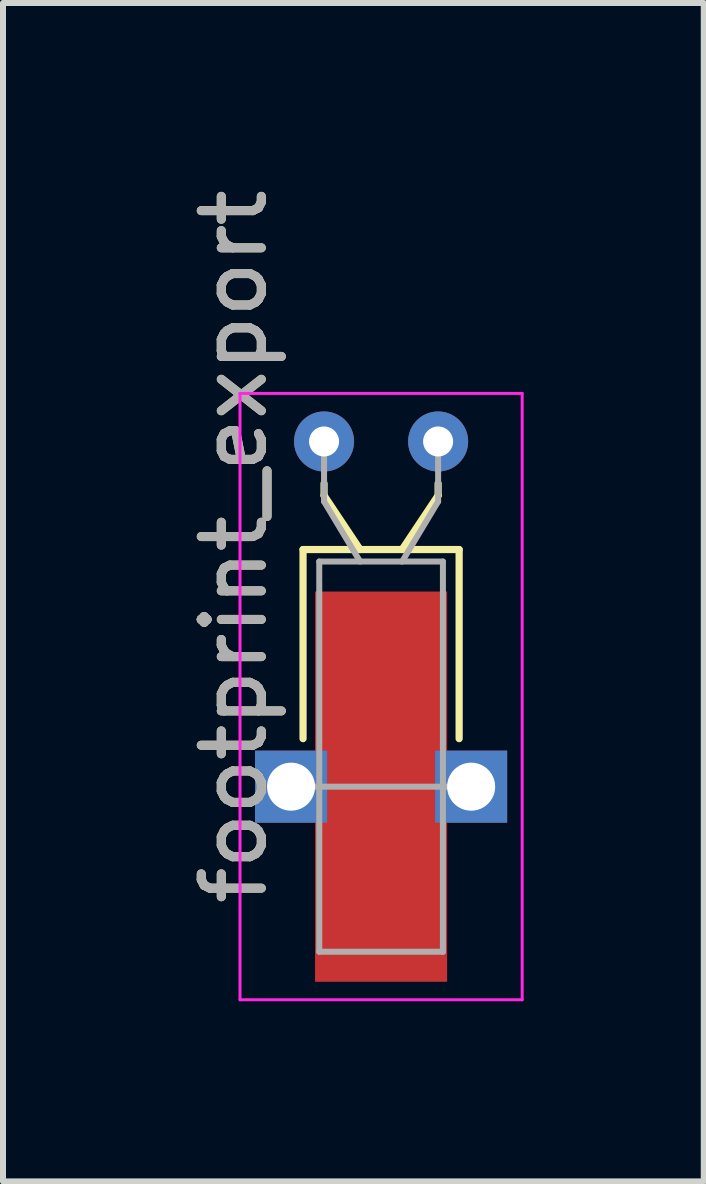
<source format=kicad_pcb>
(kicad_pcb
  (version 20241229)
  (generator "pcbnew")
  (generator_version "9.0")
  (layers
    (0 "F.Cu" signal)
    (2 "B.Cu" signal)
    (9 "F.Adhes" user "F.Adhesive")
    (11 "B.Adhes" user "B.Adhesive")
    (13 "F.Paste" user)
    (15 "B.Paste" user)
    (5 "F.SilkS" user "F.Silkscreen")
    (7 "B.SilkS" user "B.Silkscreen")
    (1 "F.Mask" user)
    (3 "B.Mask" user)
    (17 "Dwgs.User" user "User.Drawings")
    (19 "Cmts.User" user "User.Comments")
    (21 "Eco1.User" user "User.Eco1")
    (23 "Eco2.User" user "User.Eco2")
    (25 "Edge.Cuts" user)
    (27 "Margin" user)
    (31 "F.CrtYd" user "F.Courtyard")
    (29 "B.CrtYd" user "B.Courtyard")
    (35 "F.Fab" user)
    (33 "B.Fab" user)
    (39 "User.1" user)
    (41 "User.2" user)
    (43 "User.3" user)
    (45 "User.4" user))
  (footprint "footprint_export"
    (layer "F.Cu")
    (at 2.348 4.304)
    (property "Reference" "footprint_export" (at -1.5 1.75 90) (layer "F.SilkS") (effects (font (size 1 1) (thickness 0.15))))
    (attr through_hole)
    (fp_line (start -0.35 1.8) (end 2.25 1.8) (stroke (width 0.12) (type solid)) (layer "F.SilkS"))
    (fp_line (start -0.35 4.95) (end -0.35 1.8) (stroke (width 0.12) (type solid)) (layer "F.SilkS"))
    (fp_line (start 0 0.9) (end 0 0.7) (stroke (width 0.12) (type solid)) (layer "F.SilkS"))
    (fp_line (start 0.6 1.8) (end 0 0.9) (stroke (width 0.12) (type solid)) (layer "F.SilkS"))
    (fp_line (start 1.3 1.8) (end 1.9 0.9) (stroke (width 0.12) (type solid)) (layer "F.SilkS"))
    (fp_line (start 1.9 0.9) (end 1.9 0.7) (stroke (width 0.12) (type solid)) (layer "F.SilkS"))
    (fp_line (start 2.25 1.8) (end 2.25 4.95) (stroke (width 0.12) (type solid)) (layer "F.SilkS"))
    (fp_line (start -1.4 -0.8) (end -1.4 9.3) (stroke (width 0.05) (type solid)) (layer "F.CrtYd"))
    (fp_line (start -1.4 9.3) (end 3.3 9.3) (stroke (width 0.05) (type solid)) (layer "F.CrtYd"))
    (fp_line (start 3.3 -0.8) (end -1.4 -0.8) (stroke (width 0.05) (type solid)) (layer "F.CrtYd"))
    (fp_line (start 3.3 9.3) (end 3.3 -0.8) (stroke (width 0.05) (type solid)) (layer "F.CrtYd"))
    (fp_line (start -0.55 5.75) (end 2.45 5.75) (stroke (width 0.1) (type solid)) (layer "F.Fab"))
    (fp_line (start -0.08 2) (end -0.08 8.5) (stroke (width 0.1) (type solid)) (layer "F.Fab"))
    (fp_line (start -0.08 8.5) (end 1.98 8.5) (stroke (width 0.1) (type solid)) (layer "F.Fab"))
    (fp_line (start 0 1) (end 0 0) (stroke (width 0.1) (type solid)) (layer "F.Fab"))
    (fp_line (start 0.6 2) (end 0 1) (stroke (width 0.1) (type solid)) (layer "F.Fab"))
    (fp_line (start 1.3 2) (end 1.9 1) (stroke (width 0.1) (type solid)) (layer "F.Fab"))
    (fp_line (start 1.9 1) (end 1.9 0) (stroke (width 0.1) (type solid)) (layer "F.Fab"))
    (fp_line (start 1.98 2) (end -0.08 2) (stroke (width 0.1) (type solid)) (layer "F.Fab"))
    (fp_line (start 1.98 8.5) (end 1.98 2) (stroke (width 0.1) (type solid)) (layer "F.Fab"))
    (fp_text user "${REFERENCE}" (at -1.5 1.75 90) (layer "F.Fab") (effects (font (size 1 1) (thickness 0.15))))
    (pad "1" thru_hole circle (at 0 0) (size 1 1) (drill 0.5) (layers "*.Cu" "*.Mask"))
    (pad "2" thru_hole circle (at 1.9 0) (size 1 1) (drill 0.5) (layers "*.Cu" "*.Mask"))
    (pad "3" thru_hole rect (at -0.55 5.75) (size 1.2 1.2) (drill 0.8) (layers "*.Cu" "*.Mask"))
    (pad "3" smd rect (at 0.95 5.75) (size 2.2 6.5) (layers "F.Cu" "F.Mask" "F.Paste"))
    (pad "3" thru_hole rect (at 2.45 5.75) (size 1.2 1.2) (drill 0.8) (layers "*.Cu" "*.Mask")))
  (gr_rect
    (start -3 -3)
    (end 8.673 16.629)
    (stroke (width 0.1) (type default))
    (fill no)
    (layer "Edge.Cuts")))
</source>
